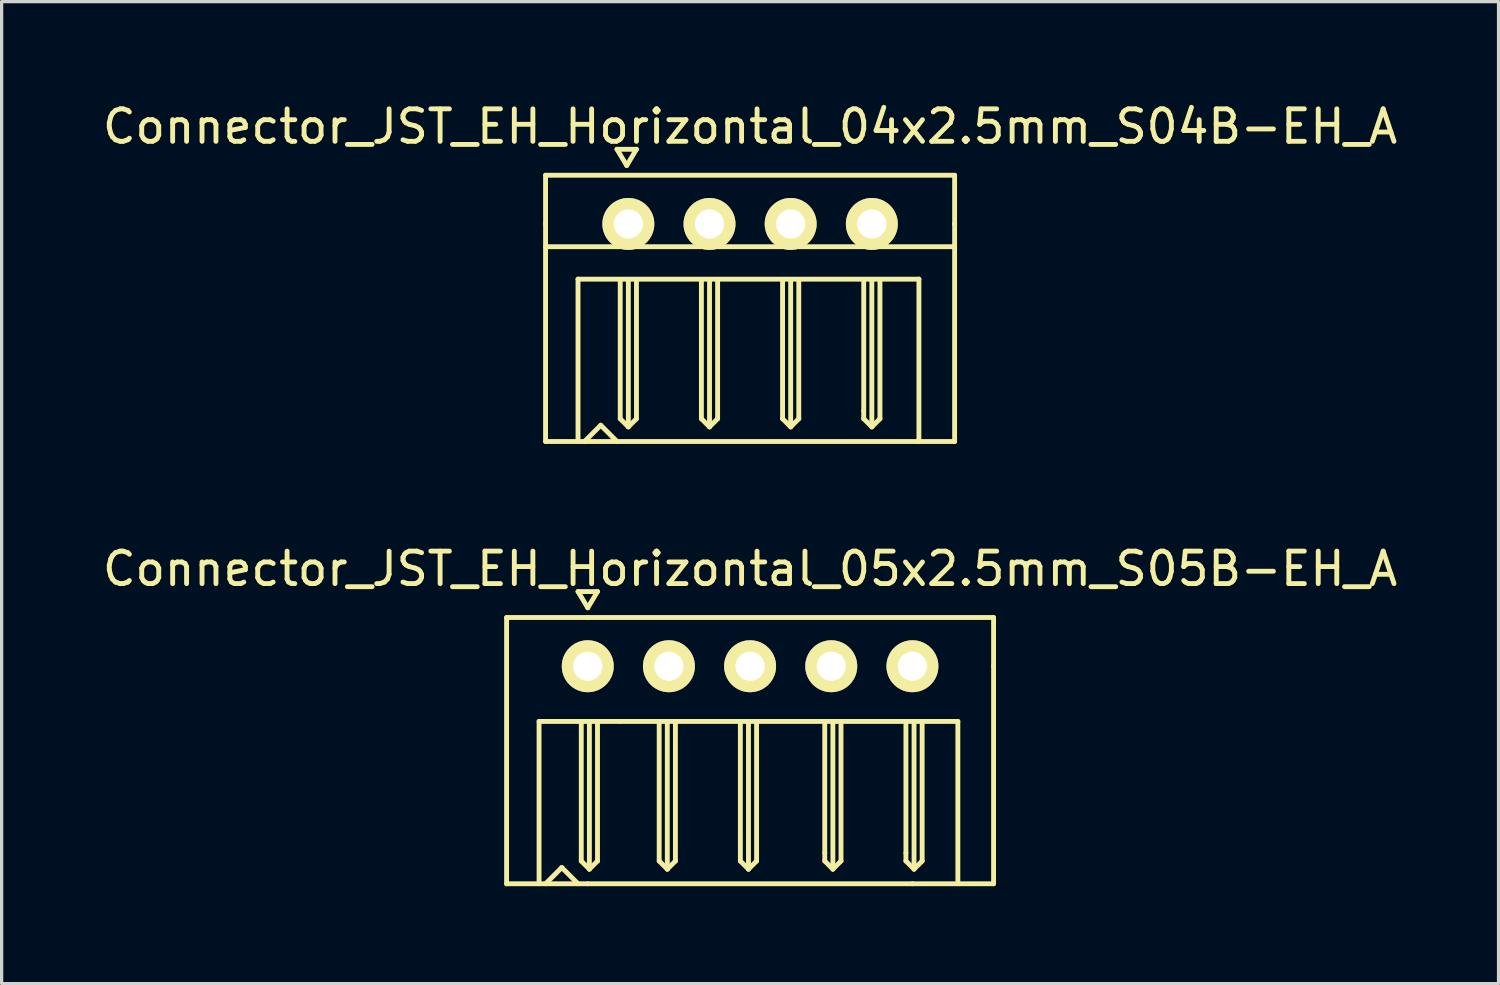
<source format=kicad_pcb>
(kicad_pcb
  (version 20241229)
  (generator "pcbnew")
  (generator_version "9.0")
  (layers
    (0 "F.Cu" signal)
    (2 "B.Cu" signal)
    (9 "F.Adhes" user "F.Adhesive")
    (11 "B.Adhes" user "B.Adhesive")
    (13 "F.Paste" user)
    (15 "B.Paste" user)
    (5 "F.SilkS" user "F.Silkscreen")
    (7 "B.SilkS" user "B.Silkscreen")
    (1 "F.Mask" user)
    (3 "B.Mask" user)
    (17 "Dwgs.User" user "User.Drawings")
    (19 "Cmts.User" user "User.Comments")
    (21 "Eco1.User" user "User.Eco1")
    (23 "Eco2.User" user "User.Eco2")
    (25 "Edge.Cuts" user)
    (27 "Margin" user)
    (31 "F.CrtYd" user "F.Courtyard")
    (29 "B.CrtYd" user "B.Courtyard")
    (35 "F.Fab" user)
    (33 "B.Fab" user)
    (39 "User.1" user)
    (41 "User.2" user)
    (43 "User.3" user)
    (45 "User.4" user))
  (footprint "Connector_JST_EH_Horizontal_04x2.5mm_S04B-EH_A"
    (layer "F.Cu")
    (at 20.054 3.848)
    (property "Reference" "Connector_JST_EH_Horizontal_04x2.5mm_S04B-EH_A" (at 0 -3 0) (layer "F.SilkS") (effects (font (size 1 1) (thickness 0.15))))
    (attr through_hole)
    (fp_line (start -6.3 -1.5) (end 6.3 -1.5) (stroke (width 0.15) (type solid)) (layer "F.SilkS"))
    (fp_line (start -6.3 0) (end -6.3 -1.5) (stroke (width 0.15) (type solid)) (layer "F.SilkS"))
    (fp_line (start -6.3 6.7) (end -6.3 0) (stroke (width 0.15) (type solid)) (layer "F.SilkS"))
    (fp_line (start -5.3 1.7) (end -5.3 6.7) (stroke (width 0.15) (type solid)) (layer "F.SilkS"))
    (fp_line (start -5.1 6.7) (end -4.6 6.2) (stroke (width 0.15) (type solid)) (layer "F.SilkS"))
    (fp_line (start -4.6 6.2) (end -4.1 6.7) (stroke (width 0.15) (type solid)) (layer "F.SilkS"))
    (fp_line (start -4.1 -2.3) (end -3.8 -1.8) (stroke (width 0.15) (type solid)) (layer "F.SilkS"))
    (fp_line (start -4 6) (end -4 1.75) (stroke (width 0.15) (type solid)) (layer "F.SilkS"))
    (fp_line (start -3.8 -1.8) (end -3.5 -2.3) (stroke (width 0.15) (type solid)) (layer "F.SilkS"))
    (fp_line (start -3.75 6.25) (end -4 6) (stroke (width 0.15) (type solid)) (layer "F.SilkS"))
    (fp_line (start -3.75 6.25) (end -3.75 1.75) (stroke (width 0.15) (type solid)) (layer "F.SilkS"))
    (fp_line (start -3.5 -2.3) (end -4.1 -2.3) (stroke (width 0.15) (type solid)) (layer "F.SilkS"))
    (fp_line (start -3.5 1.75) (end -3.5 6) (stroke (width 0.15) (type solid)) (layer "F.SilkS"))
    (fp_line (start -3.5 6) (end -3.75 6.25) (stroke (width 0.15) (type solid)) (layer "F.SilkS"))
    (fp_line (start -1.5 6) (end -1.5 1.75) (stroke (width 0.15) (type solid)) (layer "F.SilkS"))
    (fp_line (start -1.25 1.75) (end -1.25 6.25) (stroke (width 0.15) (type solid)) (layer "F.SilkS"))
    (fp_line (start -1.25 6.25) (end -1.5 6) (stroke (width 0.15) (type solid)) (layer "F.SilkS"))
    (fp_line (start -1 1.75) (end -1 6) (stroke (width 0.15) (type solid)) (layer "F.SilkS"))
    (fp_line (start -1 6) (end -1.25 6.25) (stroke (width 0.15) (type solid)) (layer "F.SilkS"))
    (fp_line (start 1 1.75) (end 1 6) (stroke (width 0.15) (type solid)) (layer "F.SilkS"))
    (fp_line (start 1 6) (end 1.25 6.25) (stroke (width 0.15) (type solid)) (layer "F.SilkS"))
    (fp_line (start 1.25 6.25) (end 1.25 1.75) (stroke (width 0.15) (type solid)) (layer "F.SilkS"))
    (fp_line (start 1.25 6.25) (end 1.5 6) (stroke (width 0.15) (type solid)) (layer "F.SilkS"))
    (fp_line (start 1.5 6) (end 1.5 1.75) (stroke (width 0.15) (type solid)) (layer "F.SilkS"))
    (fp_line (start 3.5 1.75) (end 3.5 5.75) (stroke (width 0.15) (type solid)) (layer "F.SilkS"))
    (fp_line (start 3.5 5.75) (end 3.5 6) (stroke (width 0.15) (type solid)) (layer "F.SilkS"))
    (fp_line (start 3.5 6) (end 3.75 6.25) (stroke (width 0.15) (type solid)) (layer "F.SilkS"))
    (fp_line (start 3.75 6.25) (end 3.75 1.75) (stroke (width 0.15) (type solid)) (layer "F.SilkS"))
    (fp_line (start 3.75 6.25) (end 4 6) (stroke (width 0.15) (type solid)) (layer "F.SilkS"))
    (fp_line (start 4 6) (end 4 1.75) (stroke (width 0.15) (type solid)) (layer "F.SilkS"))
    (fp_line (start 5.2 1.7) (end -5.3 1.7) (stroke (width 0.15) (type solid)) (layer "F.SilkS"))
    (fp_line (start 5.2 6.7) (end 5.2 1.7) (stroke (width 0.15) (type solid)) (layer "F.SilkS"))
    (fp_line (start 6.3 -1.5) (end 6.3 0) (stroke (width 0.15) (type solid)) (layer "F.SilkS"))
    (fp_line (start 6.3 0) (end 6.3 6.7) (stroke (width 0.15) (type solid)) (layer "F.SilkS"))
    (fp_line (start 6.3 0.7) (end -6.3 0.7) (stroke (width 0.15) (type solid)) (layer "F.SilkS"))
    (fp_line (start 6.3 6.7) (end -6.3 6.7) (stroke (width 0.15) (type solid)) (layer "F.SilkS"))
    (pad "1" thru_hole circle (at -3.75 0) (size 1.6 1.6) (drill 0.9) (layers "*.Cu" "*.Mask" "F.SilkS"))
    (pad "2" thru_hole circle (at -1.25 0) (size 1.6 1.6) (drill 0.9) (layers "*.Cu" "*.Mask" "F.SilkS"))
    (pad "3" thru_hole circle (at 1.25 0) (size 1.6 1.6) (drill 0.9) (layers "*.Cu" "*.Mask" "F.SilkS"))
    (pad "4" thru_hole circle (at 3.75 0) (size 1.6 1.6) (drill 0.9) (layers "*.Cu" "*.Mask" "F.SilkS")))
  (footprint "Connector_JST_EH_Horizontal_05x2.5mm_S05B-EH_A"
    (layer "F.Cu")
    (at 20.054 17.471)
    (property "Reference" "Connector_JST_EH_Horizontal_05x2.5mm_S05B-EH_A" (at 0 -3 0) (layer "F.SilkS") (effects (font (size 1 1) (thickness 0.15))))
    (attr through_hole)
    (fp_line (start -7.5 -1.5) (end -7.5 6.7) (stroke (width 0.15) (type solid)) (layer "F.SilkS"))
    (fp_line (start -7.5 6.7) (end -5 6.7) (stroke (width 0.15) (type solid)) (layer "F.SilkS"))
    (fp_line (start -6.5 1.7) (end -6.5 6.7) (stroke (width 0.15) (type solid)) (layer "F.SilkS"))
    (fp_line (start -6.5 1.7) (end -4 1.7) (stroke (width 0.15) (type solid)) (layer "F.SilkS"))
    (fp_line (start -5.8 6.2) (end -6.3 6.7) (stroke (width 0.15) (type solid)) (layer "F.SilkS"))
    (fp_line (start -5.8 6.2) (end -5.3 6.7) (stroke (width 0.15) (type solid)) (layer "F.SilkS"))
    (fp_line (start -5.3 -2.3) (end -5 -1.8) (stroke (width 0.15) (type solid)) (layer "F.SilkS"))
    (fp_line (start -5.2 6) (end -5.2 1.75) (stroke (width 0.15) (type solid)) (layer "F.SilkS"))
    (fp_line (start -5 -1.8) (end -4.7 -2.3) (stroke (width 0.15) (type solid)) (layer "F.SilkS"))
    (fp_line (start -5 -1.5) (end -7.5 -1.5) (stroke (width 0.15) (type solid)) (layer "F.SilkS"))
    (fp_line (start -5 6.7) (end 5 6.7) (stroke (width 0.15) (type solid)) (layer "F.SilkS"))
    (fp_line (start -4.95 6.25) (end -5.2 6) (stroke (width 0.15) (type solid)) (layer "F.SilkS"))
    (fp_line (start -4.95 6.25) (end -4.95 1.75) (stroke (width 0.15) (type solid)) (layer "F.SilkS"))
    (fp_line (start -4.7 -2.3) (end -5.3 -2.3) (stroke (width 0.15) (type solid)) (layer "F.SilkS"))
    (fp_line (start -4.7 1.75) (end -4.7 6) (stroke (width 0.15) (type solid)) (layer "F.SilkS"))
    (fp_line (start -4.7 6) (end -4.95 6.25) (stroke (width 0.15) (type solid)) (layer "F.SilkS"))
    (fp_line (start -4 1.7) (end 6.4 1.7) (stroke (width 0.15) (type solid)) (layer "F.SilkS"))
    (fp_line (start -2.8 6) (end -2.8 1.75) (stroke (width 0.15) (type solid)) (layer "F.SilkS"))
    (fp_line (start -2.55 6.25) (end -2.8 6) (stroke (width 0.15) (type solid)) (layer "F.SilkS"))
    (fp_line (start -2.55 6.25) (end -2.55 1.75) (stroke (width 0.15) (type solid)) (layer "F.SilkS"))
    (fp_line (start -2.3 1.75) (end -2.3 6) (stroke (width 0.15) (type solid)) (layer "F.SilkS"))
    (fp_line (start -2.3 6) (end -2.55 6.25) (stroke (width 0.15) (type solid)) (layer "F.SilkS"))
    (fp_line (start -0.3 6) (end -0.3 1.75) (stroke (width 0.15) (type solid)) (layer "F.SilkS"))
    (fp_line (start -0.05 1.75) (end -0.05 6.25) (stroke (width 0.15) (type solid)) (layer "F.SilkS"))
    (fp_line (start -0.05 6.25) (end -0.3 6) (stroke (width 0.15) (type solid)) (layer "F.SilkS"))
    (fp_line (start 0.2 1.75) (end 0.2 6) (stroke (width 0.15) (type solid)) (layer "F.SilkS"))
    (fp_line (start 0.2 6) (end -0.05 6.25) (stroke (width 0.15) (type solid)) (layer "F.SilkS"))
    (fp_line (start 2.3 1.75) (end 2.3 5.75) (stroke (width 0.15) (type solid)) (layer "F.SilkS"))
    (fp_line (start 2.3 5.75) (end 2.3 6) (stroke (width 0.15) (type solid)) (layer "F.SilkS"))
    (fp_line (start 2.3 6) (end 2.55 6.25) (stroke (width 0.15) (type solid)) (layer "F.SilkS"))
    (fp_line (start 2.55 6.25) (end 2.55 1.75) (stroke (width 0.15) (type solid)) (layer "F.SilkS"))
    (fp_line (start 2.55 6.25) (end 2.8 6) (stroke (width 0.15) (type solid)) (layer "F.SilkS"))
    (fp_line (start 2.8 6) (end 2.8 1.75) (stroke (width 0.15) (type solid)) (layer "F.SilkS"))
    (fp_line (start 4.8 1.75) (end 4.8 5.75) (stroke (width 0.15) (type solid)) (layer "F.SilkS"))
    (fp_line (start 4.8 5.75) (end 4.8 6) (stroke (width 0.15) (type solid)) (layer "F.SilkS"))
    (fp_line (start 4.8 6) (end 5.05 6.25) (stroke (width 0.15) (type solid)) (layer "F.SilkS"))
    (fp_line (start 5 6.7) (end 7.5 6.7) (stroke (width 0.15) (type solid)) (layer "F.SilkS"))
    (fp_line (start 5.05 6.25) (end 5.05 1.75) (stroke (width 0.15) (type solid)) (layer "F.SilkS"))
    (fp_line (start 5.05 6.25) (end 5.3 6) (stroke (width 0.15) (type solid)) (layer "F.SilkS"))
    (fp_line (start 5.3 6) (end 5.3 1.75) (stroke (width 0.15) (type solid)) (layer "F.SilkS"))
    (fp_line (start 6.4 1.7) (end 6.4 6.7) (stroke (width 0.15) (type solid)) (layer "F.SilkS"))
    (fp_line (start 7.5 -1.5) (end -5 -1.5) (stroke (width 0.15) (type solid)) (layer "F.SilkS"))
    (fp_line (start 7.5 -1.5) (end 7.5 0) (stroke (width 0.15) (type solid)) (layer "F.SilkS"))
    (fp_line (start 7.5 6.7) (end 7.5 0) (stroke (width 0.15) (type solid)) (layer "F.SilkS"))
    (pad "1" thru_hole circle (at -5 0) (size 1.6 1.6) (drill 0.9) (layers "*.Cu" "*.Mask" "F.SilkS"))
    (pad "2" thru_hole circle (at -2.5 0) (size 1.6 1.6) (drill 0.9) (layers "*.Cu" "*.Mask" "F.SilkS"))
    (pad "3" thru_hole circle (at 0 0) (size 1.6 1.6) (drill 0.9) (layers "*.Cu" "*.Mask" "F.SilkS"))
    (pad "4" thru_hole circle (at 2.5 0) (size 1.6 1.6) (drill 0.9) (layers "*.Cu" "*.Mask" "F.SilkS"))
    (pad "5" thru_hole circle (at 5 0) (size 1.6 1.6) (drill 0.9) (layers "*.Cu" "*.Mask" "F.SilkS")))
  (gr_rect
    (start -3 -3)
    (end 43.107 27.247)
    (stroke (width 0.1) (type default))
    (fill no)
    (layer "Edge.Cuts")))
</source>
